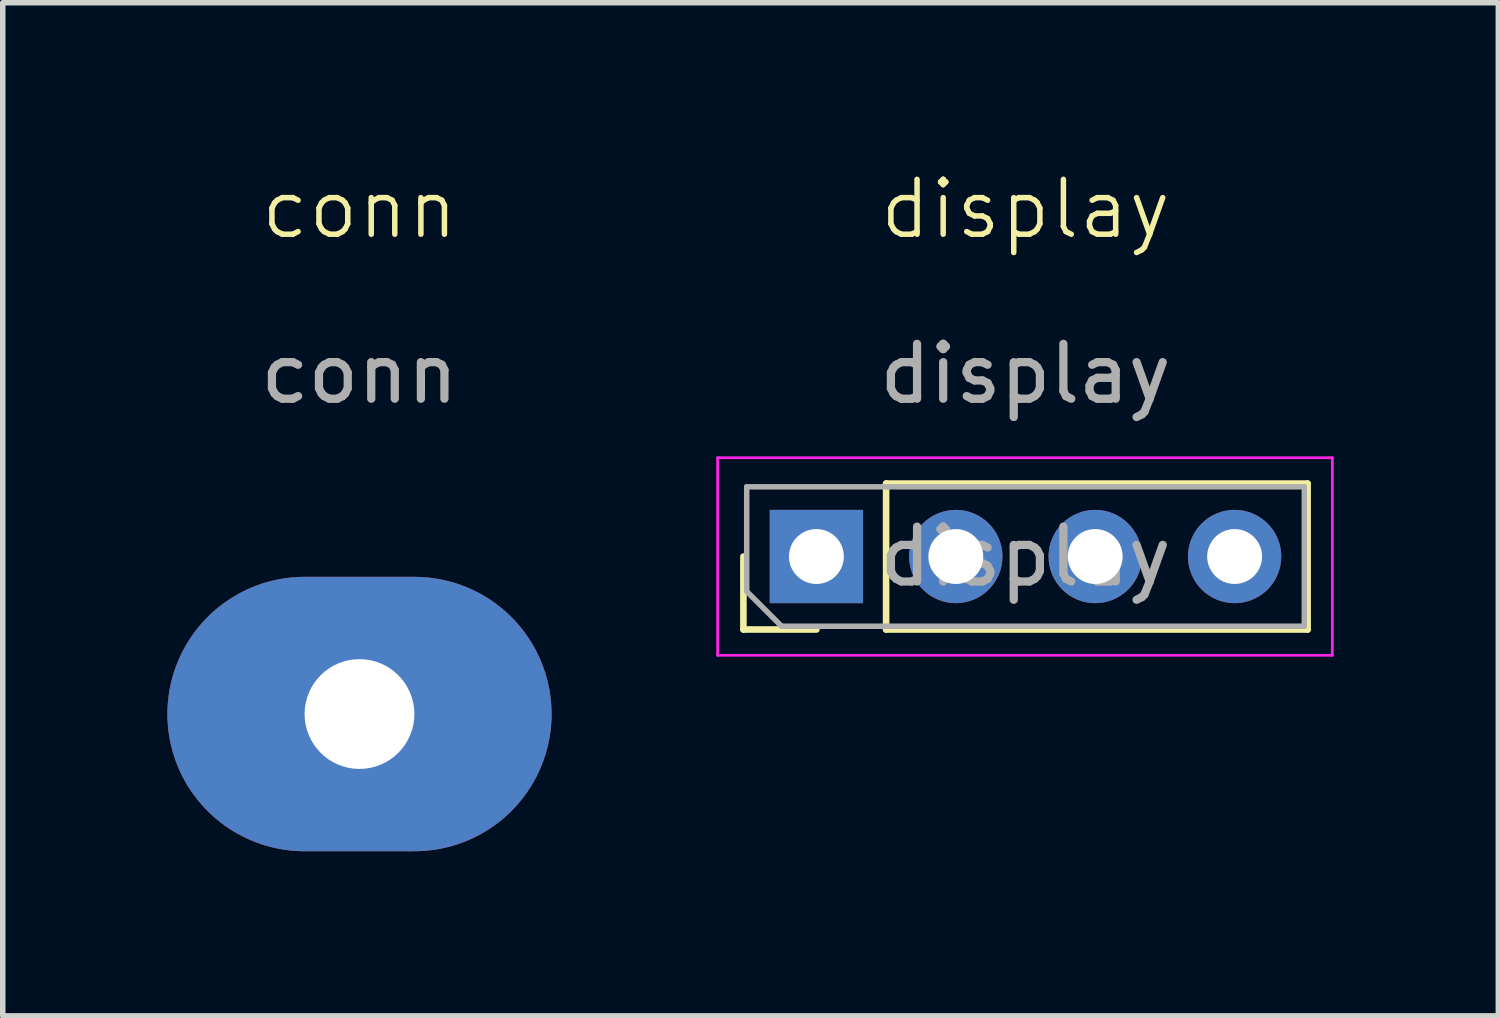
<source format=kicad_pcb>
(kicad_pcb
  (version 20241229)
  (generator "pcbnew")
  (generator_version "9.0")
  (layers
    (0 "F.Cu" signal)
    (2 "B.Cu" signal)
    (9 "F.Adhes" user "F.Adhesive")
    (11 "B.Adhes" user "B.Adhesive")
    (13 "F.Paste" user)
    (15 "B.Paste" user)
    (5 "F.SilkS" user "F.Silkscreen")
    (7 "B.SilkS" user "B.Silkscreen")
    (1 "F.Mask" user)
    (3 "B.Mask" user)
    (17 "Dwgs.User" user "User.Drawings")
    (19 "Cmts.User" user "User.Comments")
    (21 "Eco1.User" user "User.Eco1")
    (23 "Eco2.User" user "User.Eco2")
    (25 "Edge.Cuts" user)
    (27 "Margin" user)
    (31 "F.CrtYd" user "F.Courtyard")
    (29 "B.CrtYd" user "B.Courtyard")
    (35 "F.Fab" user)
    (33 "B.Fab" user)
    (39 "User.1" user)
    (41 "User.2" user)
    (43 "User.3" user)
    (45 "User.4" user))
  (footprint "conn"
    (layer "F.Cu")
    (at 3.5 1.26)
    (property "Reference" "conn" (at 0 -0.5 0) (unlocked yes) (layer "F.SilkS") (effects (font (size 1 1) (thickness 0.1))))
    (attr through_hole)
    (fp_text user "${REFERENCE}" (at 0 2.5 0) (unlocked yes) (layer "F.Fab") (effects (font (size 1 1) (thickness 0.15))))
    (pad "1" thru_hole oval (at 0 8.7) (size 7 5) (drill 2) (layers "*.Cu" "*.Mask")))
  (footprint "display"
    (layer "F.Cu")
    (at 15.635 1.26)
    (property "Reference" "display" (at 0 -0.5 0) (unlocked yes) (layer "F.SilkS") (effects (font (size 1 1) (thickness 0.1))))
    (attr through_hole)
    (fp_line (start -5.14 7.16) (end -5.14 5.83) (stroke (width 0.12) (type solid)) (layer "F.SilkS"))
    (fp_line (start -3.81 7.16) (end -5.14 7.16) (stroke (width 0.12) (type solid)) (layer "F.SilkS"))
    (fp_line (start -2.54 4.5) (end 5.14 4.5) (stroke (width 0.12) (type solid)) (layer "F.SilkS"))
    (fp_line (start -2.54 7.16) (end -2.54 4.5) (stroke (width 0.12) (type solid)) (layer "F.SilkS"))
    (fp_line (start -2.54 7.16) (end 5.14 7.16) (stroke (width 0.12) (type solid)) (layer "F.SilkS"))
    (fp_line (start 5.14 7.16) (end 5.14 4.5) (stroke (width 0.12) (type solid)) (layer "F.SilkS"))
    (fp_line (start -5.61 4.03) (end -5.61 7.63) (stroke (width 0.05) (type solid)) (layer "F.CrtYd"))
    (fp_line (start -5.61 7.63) (end 5.59 7.63) (stroke (width 0.05) (type solid)) (layer "F.CrtYd"))
    (fp_line (start 5.59 4.03) (end -5.61 4.03) (stroke (width 0.05) (type solid)) (layer "F.CrtYd"))
    (fp_line (start 5.59 7.63) (end 5.59 4.03) (stroke (width 0.05) (type solid)) (layer "F.CrtYd"))
    (fp_line (start -5.08 4.56) (end 5.08 4.56) (stroke (width 0.1) (type solid)) (layer "F.Fab"))
    (fp_line (start -5.08 6.465) (end -5.08 4.56) (stroke (width 0.1) (type solid)) (layer "F.Fab"))
    (fp_line (start -4.445 7.1) (end -5.08 6.465) (stroke (width 0.1) (type solid)) (layer "F.Fab"))
    (fp_line (start 5.08 4.56) (end 5.08 7.1) (stroke (width 0.1) (type solid)) (layer "F.Fab"))
    (fp_line (start 5.08 7.1) (end -4.445 7.1) (stroke (width 0.1) (type solid)) (layer "F.Fab"))
    (fp_text user "${REFERENCE}" (at 0 5.83 180) (layer "F.Fab") (effects (font (size 1 1) (thickness 0.15))))
    (fp_text user "${REFERENCE}" (at 0 2.5 0) (unlocked yes) (layer "F.Fab") (effects (font (size 1 1) (thickness 0.15))))
    (pad "1" thru_hole rect (at -3.81 5.83 90) (size 1.7 1.7) (drill 1) (layers "*.Cu" "*.Mask"))
    (pad "2" thru_hole oval (at -1.27 5.83 90) (size 1.7 1.7) (drill 1) (layers "*.Cu" "*.Mask"))
    (pad "3" thru_hole oval (at 1.27 5.83 90) (size 1.7 1.7) (drill 1) (layers "*.Cu" "*.Mask"))
    (pad "4" thru_hole oval (at 3.81 5.83 90) (size 1.7 1.7) (drill 1) (layers "*.Cu" "*.Mask")))
  (gr_rect
    (start -3 -3)
    (end 24.25 15.46)
    (stroke (width 0.1) (type default))
    (fill no)
    (layer "Edge.Cuts")))
</source>
